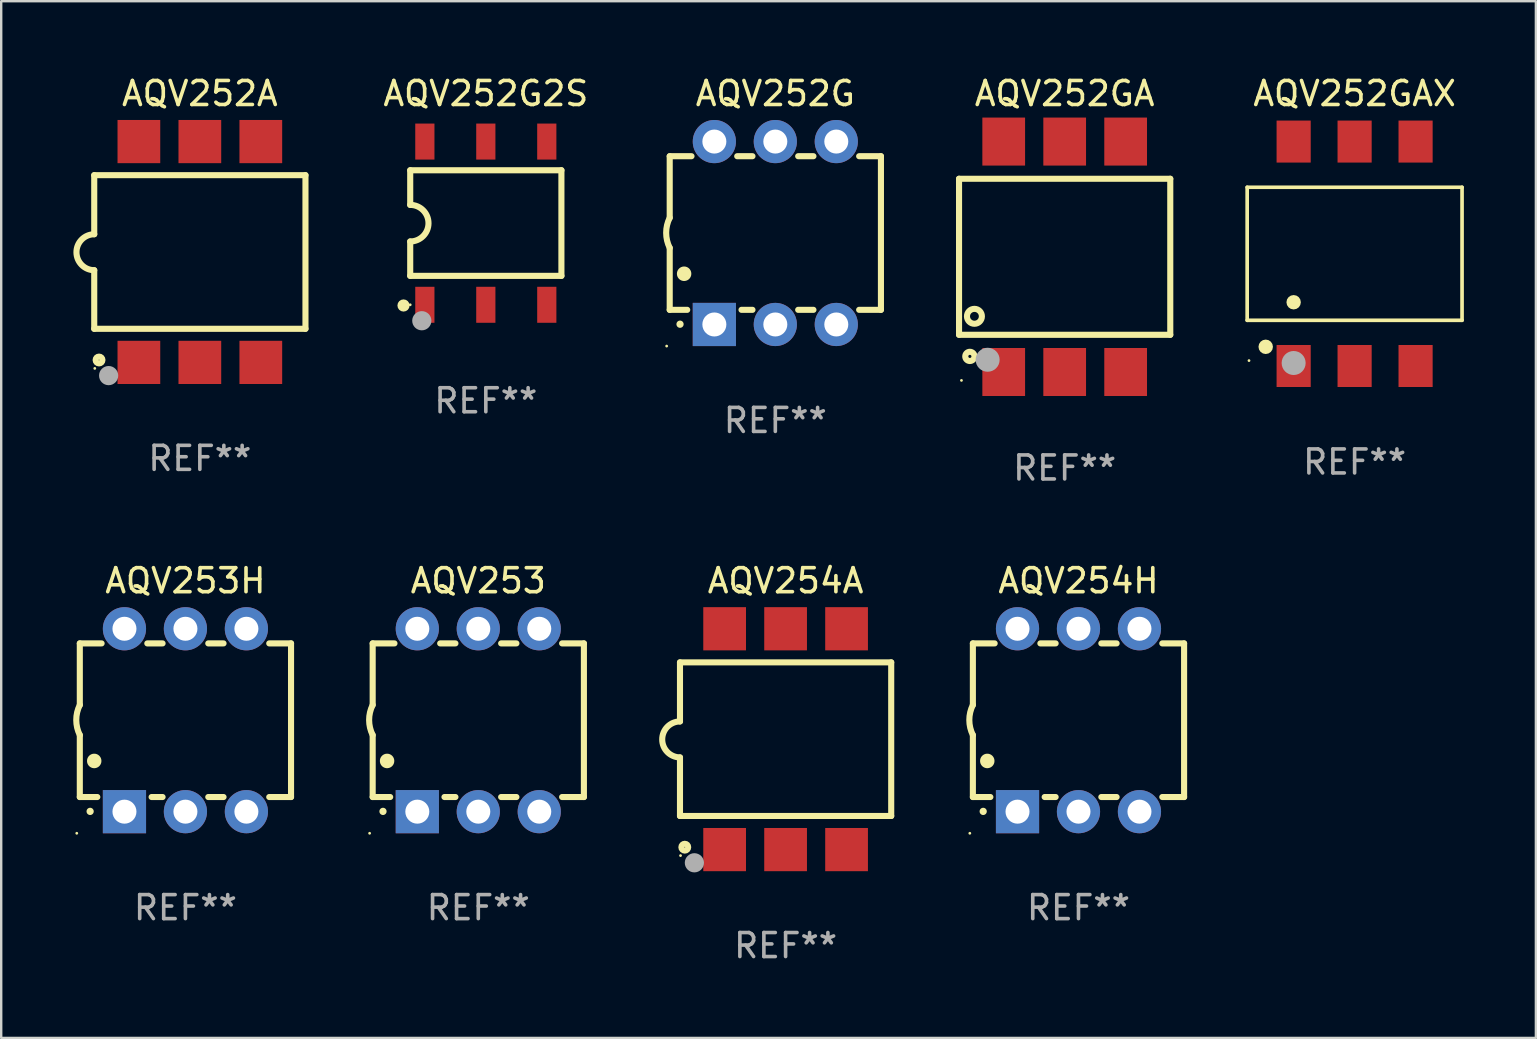
<source format=kicad_pcb>
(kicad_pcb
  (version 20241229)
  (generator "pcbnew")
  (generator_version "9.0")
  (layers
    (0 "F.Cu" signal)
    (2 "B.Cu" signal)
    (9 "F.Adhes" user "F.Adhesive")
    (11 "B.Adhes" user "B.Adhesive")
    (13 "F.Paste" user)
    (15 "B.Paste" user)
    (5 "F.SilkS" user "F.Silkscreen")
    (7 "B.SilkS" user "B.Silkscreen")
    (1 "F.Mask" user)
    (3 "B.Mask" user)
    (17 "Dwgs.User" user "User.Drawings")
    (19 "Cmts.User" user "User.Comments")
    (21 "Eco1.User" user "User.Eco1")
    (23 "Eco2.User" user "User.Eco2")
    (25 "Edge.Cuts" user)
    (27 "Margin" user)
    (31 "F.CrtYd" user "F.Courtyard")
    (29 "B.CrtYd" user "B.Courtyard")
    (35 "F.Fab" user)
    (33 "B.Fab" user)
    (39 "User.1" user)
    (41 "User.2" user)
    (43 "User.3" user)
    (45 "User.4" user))
  (footprint "AQV253H"
    (layer "F.Cu")
    (at 4.675 26.955)
    (property "Reference" "AQV253H" (at 0 -5.81 0) (layer "F.SilkS") (effects (font (size 1 1) (thickness 0.15))))
    (attr through_hole)
    (fp_line (start -4.4 -3.2) (end -4.4 -0.635) (stroke (width 0.254) (type solid)) (layer "F.SilkS"))
    (fp_line (start -4.4 -3.2) (end -3.492 -3.2) (stroke (width 0.254) (type solid)) (layer "F.SilkS"))
    (fp_line (start -4.4 3.2) (end -4.4 0.619) (stroke (width 0.254) (type solid)) (layer "F.SilkS"))
    (fp_line (start -3.671 3.2) (end -4.4 3.2) (stroke (width 0.254) (type solid)) (layer "F.SilkS"))
    (fp_line (start -1.588 -3.2) (end -0.952 -3.2) (stroke (width 0.254) (type solid)) (layer "F.SilkS"))
    (fp_line (start -0.952 3.2) (end -1.409 3.2) (stroke (width 0.254) (type solid)) (layer "F.SilkS"))
    (fp_line (start 0.952 -3.2) (end 1.588 -3.2) (stroke (width 0.254) (type solid)) (layer "F.SilkS"))
    (fp_line (start 1.588 3.2) (end 0.952 3.2) (stroke (width 0.254) (type solid)) (layer "F.SilkS"))
    (fp_line (start 3.492 -3.2) (end 4.4 -3.2) (stroke (width 0.254) (type solid)) (layer "F.SilkS"))
    (fp_line (start 4.4 -3.2) (end 4.4 3.2) (stroke (width 0.254) (type solid)) (layer "F.SilkS"))
    (fp_line (start 4.4 3.2) (end 3.492 3.2) (stroke (width 0.254) (type solid)) (layer "F.SilkS"))
    (fp_arc (start -4.399288 0.619762) (mid -4.547636 -0.007536) (end -4.4 -0.635001) (stroke (width 0.254001) (type solid)) (layer "F.SilkS"))
    (fp_arc (start -3.970028 3.799848) (mid -3.970033 3.798578) (end -3.970028 3.797308) (stroke (width 0.3) (type solid)) (layer "F.SilkS"))
    (fp_arc (start -3.799848 1.699263) (mid -3.799859 1.696723) (end -3.799848 1.694183) (stroke (width 0.6) (type solid)) (layer "F.SilkS"))
    (fp_circle (center -4.527 4.71) (end -4.497 4.71) (stroke (width 0.06) (type solid)) (fill no) (layer "F.SilkS"))
    (fp_text user "REF**" (at 0 7.81 0) (layer "F.Fab") (effects (font (size 1 1) (thickness 0.15))))
    (pad "1" thru_hole rect (at -2.54 3.81 180) (size 1.8 1.8) (drill 1) (layers "*.Cu" "*.Mask"))
    (pad "2" thru_hole circle (at 0 3.81) (size 1.8 1.8) (drill 1) (layers "*.Cu" "*.Mask"))
    (pad "3" thru_hole circle (at 2.54 3.81) (size 1.8 1.8) (drill 1) (layers "*.Cu" "*.Mask"))
    (pad "4" thru_hole circle (at 2.54 -3.81) (size 1.8 1.8) (drill 1) (layers "*.Cu" "*.Mask"))
    (pad "5" thru_hole circle (at 0 -3.81) (size 1.8 1.8) (drill 1) (layers "*.Cu" "*.Mask"))
    (pad "6" thru_hole circle (at -2.54 -3.81) (size 1.8 1.8) (drill 1) (layers "*.Cu" "*.Mask")))
  (footprint "AQV254H"
    (layer "F.Cu")
    (at 41.881 26.955)
    (property "Reference" "AQV254H" (at 0 -5.81 0) (layer "F.SilkS") (effects (font (size 1 1) (thickness 0.15))))
    (attr through_hole)
    (fp_line (start -4.4 -3.2) (end -4.4 -0.635) (stroke (width 0.254) (type solid)) (layer "F.SilkS"))
    (fp_line (start -4.4 -3.2) (end -3.492 -3.2) (stroke (width 0.254) (type solid)) (layer "F.SilkS"))
    (fp_line (start -4.4 3.2) (end -4.4 0.619) (stroke (width 0.254) (type solid)) (layer "F.SilkS"))
    (fp_line (start -3.671 3.2) (end -4.4 3.2) (stroke (width 0.254) (type solid)) (layer "F.SilkS"))
    (fp_line (start -1.588 -3.2) (end -0.952 -3.2) (stroke (width 0.254) (type solid)) (layer "F.SilkS"))
    (fp_line (start -0.952 3.2) (end -1.409 3.2) (stroke (width 0.254) (type solid)) (layer "F.SilkS"))
    (fp_line (start 0.952 -3.2) (end 1.588 -3.2) (stroke (width 0.254) (type solid)) (layer "F.SilkS"))
    (fp_line (start 1.588 3.2) (end 0.952 3.2) (stroke (width 0.254) (type solid)) (layer "F.SilkS"))
    (fp_line (start 3.492 -3.2) (end 4.4 -3.2) (stroke (width 0.254) (type solid)) (layer "F.SilkS"))
    (fp_line (start 4.4 -3.2) (end 4.4 3.2) (stroke (width 0.254) (type solid)) (layer "F.SilkS"))
    (fp_line (start 4.4 3.2) (end 3.492 3.2) (stroke (width 0.254) (type solid)) (layer "F.SilkS"))
    (fp_arc (start -4.399288 0.619762) (mid -4.547636 -0.007536) (end -4.4 -0.635001) (stroke (width 0.254001) (type solid)) (layer "F.SilkS"))
    (fp_arc (start -3.970028 3.799848) (mid -3.970033 3.798578) (end -3.970028 3.797308) (stroke (width 0.3) (type solid)) (layer "F.SilkS"))
    (fp_arc (start -3.799848 1.699263) (mid -3.799859 1.696723) (end -3.799848 1.694183) (stroke (width 0.6) (type solid)) (layer "F.SilkS"))
    (fp_circle (center -4.527 4.71) (end -4.497 4.71) (stroke (width 0.06) (type solid)) (fill no) (layer "F.SilkS"))
    (fp_text user "REF**" (at 0 7.81 0) (layer "F.Fab") (effects (font (size 1 1) (thickness 0.15))))
    (pad "1" thru_hole rect (at -2.54 3.81 180) (size 1.8 1.8) (drill 1) (layers "*.Cu" "*.Mask"))
    (pad "2" thru_hole circle (at 0 3.81) (size 1.8 1.8) (drill 1) (layers "*.Cu" "*.Mask"))
    (pad "3" thru_hole circle (at 2.54 3.81) (size 1.8 1.8) (drill 1) (layers "*.Cu" "*.Mask"))
    (pad "4" thru_hole circle (at 2.54 -3.81) (size 1.8 1.8) (drill 1) (layers "*.Cu" "*.Mask"))
    (pad "5" thru_hole circle (at 0 -3.81) (size 1.8 1.8) (drill 1) (layers "*.Cu" "*.Mask"))
    (pad "6" thru_hole circle (at -2.54 -3.81) (size 1.8 1.8) (drill 1) (layers "*.Cu" "*.Mask")))
  (footprint "AQV252GA"
    (layer "F.Cu")
    (at 41.305 7.648)
    (property "Reference" "AQV252GA" (at 0 -6.8 0) (layer "F.SilkS") (effects (font (size 1 1) (thickness 0.15))))
    (attr through_hole)
    (fp_line (start -4.4 -3.25) (end -4.4 3.25) (stroke (width 0.254) (type solid)) (layer "F.SilkS"))
    (fp_line (start -4.4 -3.25) (end 4.4 -3.25) (stroke (width 0.254) (type solid)) (layer "F.SilkS"))
    (fp_line (start 4.4 3.25) (end -4.4 3.25) (stroke (width 0.254) (type solid)) (layer "F.SilkS"))
    (fp_line (start 4.4 3.25) (end 4.4 -3.25) (stroke (width 0.254) (type solid)) (layer "F.SilkS"))
    (fp_circle (center -4.299 5.15) (end -4.269 5.15) (stroke (width 0.06) (type solid)) (fill no) (layer "F.SilkS"))
    (fp_circle (center -3.949 4.15) (end -3.757 4.15) (stroke (width 0.254) (type solid)) (fill no) (layer "F.SilkS"))
    (fp_circle (center -3.759 2.48) (end -3.448 2.48) (stroke (width 0.254) (type solid)) (fill no) (layer "F.SilkS"))
    (fp_circle (center -3.209 4.29) (end -2.959 4.29) (stroke (width 0.5) (type solid)) (fill no) (layer "F.Fab"))
    (fp_text user "REF**" (at 0 8.8 0) (layer "F.Fab") (effects (font (size 1 1) (thickness 0.15))))
    (pad "1" smd rect (at -2.539 4.8) (size 1.78 2) (layers "F.Cu" "F.Mask" "F.Paste"))
    (pad "2" smd rect (at 0.001 4.8) (size 1.78 2) (layers "F.Cu" "F.Mask" "F.Paste"))
    (pad "3" smd rect (at 2.541 4.8) (size 1.78 2) (layers "F.Cu" "F.Mask" "F.Paste"))
    (pad "4" smd rect (at 2.541 -4.8) (size 1.78 2) (layers "F.Cu" "F.Mask" "F.Paste"))
    (pad "5" smd rect (at 0.001 -4.8) (size 1.78 2) (layers "F.Cu" "F.Mask" "F.Paste"))
    (pad "6" smd rect (at -2.539 -4.8) (size 1.78 2) (layers "F.Cu" "F.Mask" "F.Paste")))
  (footprint "AQV254A"
    (layer "F.Cu")
    (at 29.679 27.745)
    (property "Reference" "AQV254A" (at 0 -6.6 0) (layer "F.SilkS") (effects (font (size 1 1) (thickness 0.15))))
    (attr through_hole)
    (fp_line (start -4.4 -3.2) (end 4.4 -3.2) (stroke (width 0.254) (type solid)) (layer "F.SilkS"))
    (fp_line (start -4.4 -0.74) (end -4.4 -3.2) (stroke (width 0.254) (type solid)) (layer "F.SilkS"))
    (fp_line (start -4.4 3.2) (end -4.4 0.76) (stroke (width 0.254) (type solid)) (layer "F.SilkS"))
    (fp_line (start 4.4 -3.2) (end 4.4 3.2) (stroke (width 0.254) (type solid)) (layer "F.SilkS"))
    (fp_line (start 4.4 3.2) (end -4.4 3.2) (stroke (width 0.254) (type solid)) (layer "F.SilkS"))
    (fp_arc (start -4.4 0.76002) (mid -5.148869 0.010084) (end -4.399289 -0.73914) (stroke (width 0.254001) (type solid)) (layer "F.SilkS"))
    (fp_circle (center -4.377 4.85) (end -4.347 4.85) (stroke (width 0.06) (type solid)) (fill no) (layer "F.SilkS"))
    (fp_circle (center -4.2 4.5) (end -4.058 4.5) (stroke (width 0.254) (type solid)) (fill no) (layer "F.SilkS"))
    (fp_circle (center -3.8 5.15) (end -3.6 5.15) (stroke (width 0.4) (type solid)) (fill no) (layer "F.Fab"))
    (fp_text user "REF**" (at 0 8.6 0) (layer "F.Fab") (effects (font (size 1 1) (thickness 0.15))))
    (pad "1" smd rect (at -2.54 4.6) (size 1.78 1.8) (layers "F.Cu" "F.Mask" "F.Paste"))
    (pad "2" smd rect (at 0 4.6) (size 1.78 1.8) (layers "F.Cu" "F.Mask" "F.Paste"))
    (pad "3" smd rect (at 2.54 4.6) (size 1.78 1.8) (layers "F.Cu" "F.Mask" "F.Paste"))
    (pad "4" smd rect (at 2.54 -4.6) (size 1.78 1.8) (layers "F.Cu" "F.Mask" "F.Paste"))
    (pad "5" smd rect (at 0 -4.6) (size 1.78 1.8) (layers "F.Cu" "F.Mask" "F.Paste"))
    (pad "6" smd rect (at -2.54 -4.6) (size 1.78 1.8) (layers "F.Cu" "F.Mask" "F.Paste")))
  (footprint "AQV252A"
    (layer "F.Cu")
    (at 5.276 7.448)
    (property "Reference" "AQV252A" (at 0 -6.6 0) (layer "F.SilkS") (effects (font (size 1 1) (thickness 0.15))))
    (attr through_hole)
    (fp_line (start -4.4 -3.2) (end 4.4 -3.2) (stroke (width 0.254) (type solid)) (layer "F.SilkS"))
    (fp_line (start -4.4 -0.74) (end -4.4 -3.2) (stroke (width 0.254) (type solid)) (layer "F.SilkS"))
    (fp_line (start -4.4 3.2) (end -4.4 0.76) (stroke (width 0.254) (type solid)) (layer "F.SilkS"))
    (fp_line (start 4.4 -3.2) (end 4.4 3.2) (stroke (width 0.254) (type solid)) (layer "F.SilkS"))
    (fp_line (start 4.4 3.2) (end -4.4 3.2) (stroke (width 0.254) (type solid)) (layer "F.SilkS"))
    (fp_arc (start -4.4 0.76002) (mid -5.148869 0.010084) (end -4.399289 -0.73914) (stroke (width 0.254001) (type solid)) (layer "F.SilkS"))
    (fp_circle (center -4.377 4.85) (end -4.347 4.85) (stroke (width 0.06) (type solid)) (fill no) (layer "F.SilkS"))
    (fp_circle (center -4.2 4.5) (end -4.058 4.5) (stroke (width 0.254) (type solid)) (fill no) (layer "F.SilkS"))
    (fp_circle (center -3.8 5.15) (end -3.6 5.15) (stroke (width 0.4) (type solid)) (fill no) (layer "F.Fab"))
    (fp_text user "REF**" (at 0 8.6 0) (layer "F.Fab") (effects (font (size 1 1) (thickness 0.15))))
    (pad "1" smd rect (at -2.54 4.6) (size 1.78 1.8) (layers "F.Cu" "F.Mask" "F.Paste"))
    (pad "2" smd rect (at 0 4.6) (size 1.78 1.8) (layers "F.Cu" "F.Mask" "F.Paste"))
    (pad "3" smd rect (at 2.54 4.6) (size 1.78 1.8) (layers "F.Cu" "F.Mask" "F.Paste"))
    (pad "4" smd rect (at 2.54 -4.6) (size 1.78 1.8) (layers "F.Cu" "F.Mask" "F.Paste"))
    (pad "5" smd rect (at 0 -4.6) (size 1.78 1.8) (layers "F.Cu" "F.Mask" "F.Paste"))
    (pad "6" smd rect (at -2.54 -4.6) (size 1.78 1.8) (layers "F.Cu" "F.Mask" "F.Paste")))
  (footprint "AQV252GAX"
    (layer "F.Cu")
    (at 53.385 7.523)
    (property "Reference" "AQV252GAX" (at 0 -6.675 0) (layer "F.SilkS") (effects (font (size 1 1) (thickness 0.15))))
    (attr through_hole)
    (fp_line (start -4.476 -2.771) (end 4.476 -2.771) (stroke (width 0.152) (type solid)) (layer "F.SilkS"))
    (fp_line (start -4.476 2.771) (end -4.476 -2.771) (stroke (width 0.152) (type solid)) (layer "F.SilkS"))
    (fp_line (start 4.476 -2.771) (end 4.476 2.771) (stroke (width 0.152) (type solid)) (layer "F.SilkS"))
    (fp_line (start 4.476 2.771) (end -4.476 2.771) (stroke (width 0.152) (type solid)) (layer "F.SilkS"))
    (fp_circle (center -4.4 4.45) (end -4.37 4.45) (stroke (width 0.06) (type solid)) (fill no) (layer "F.SilkS"))
    (fp_circle (center -3.704 3.875) (end -3.553 3.875) (stroke (width 0.3) (type solid)) (fill no) (layer "F.SilkS"))
    (fp_circle (center -2.54 2.019) (end -2.39 2.019) (stroke (width 0.3) (type solid)) (fill no) (layer "F.SilkS"))
    (fp_circle (center -2.54 4.55) (end -2.29 4.55) (stroke (width 0.5) (type solid)) (fill no) (layer "F.Fab"))
    (fp_text user "REF**" (at 0 8.675 0) (layer "F.Fab") (effects (font (size 1 1) (thickness 0.15))))
    (pad "1" smd rect (at -2.54 4.675) (size 1.422 1.75) (layers "F.Cu" "F.Mask" "F.Paste"))
    (pad "2" smd rect (at 0 4.675) (size 1.422 1.75) (layers "F.Cu" "F.Mask" "F.Paste"))
    (pad "3" smd rect (at 2.54 4.675) (size 1.422 1.75) (layers "F.Cu" "F.Mask" "F.Paste"))
    (pad "4" smd rect (at 2.54 -4.675) (size 1.422 1.75) (layers "F.Cu" "F.Mask" "F.Paste"))
    (pad "5" smd rect (at 0 -4.675) (size 1.422 1.75) (layers "F.Cu" "F.Mask" "F.Paste"))
    (pad "6" smd rect (at -2.54 -4.675) (size 1.422 1.75) (layers "F.Cu" "F.Mask" "F.Paste")))
  (footprint "AQV252G2S"
    (layer "F.Cu")
    (at 17.19 6.248)
    (property "Reference" "AQV252G2S" (at 0 -5.4 0) (layer "F.SilkS") (effects (font (size 1 1) (thickness 0.15))))
    (attr through_hole)
    (fp_line (start -3.15 -2.205) (end -3.15 -0.762) (stroke (width 0.254) (type solid)) (layer "F.SilkS"))
    (fp_line (start -3.15 -2.205) (end 3.15 -2.205) (stroke (width 0.254) (type solid)) (layer "F.SilkS"))
    (fp_line (start -3.15 2.195) (end -3.15 0.762) (stroke (width 0.254) (type solid)) (layer "F.SilkS"))
    (fp_line (start -3.15 2.195) (end 3.15 2.195) (stroke (width 0.254) (type solid)) (layer "F.SilkS"))
    (fp_line (start 3.149 -2.205) (end 3.149 2.195) (stroke (width 0.254) (type solid)) (layer "F.SilkS"))
    (fp_arc (start -3.150623 -0.761874) (mid -2.388672 -0.000241) (end -3.150013 0.762002) (stroke (width 0.254001) (type solid)) (layer "F.SilkS"))
    (fp_circle (center -3.429 3.429) (end -3.302 3.429) (stroke (width 0.254) (type solid)) (fill no) (layer "F.SilkS"))
    (fp_circle (center -3.15 3.4) (end -3.12 3.4) (stroke (width 0.06) (type solid)) (fill no) (layer "F.SilkS"))
    (fp_circle (center -2.667 4.064) (end -2.467 4.064) (stroke (width 0.4) (type solid)) (fill no) (layer "F.Fab"))
    (fp_text user "REF**" (at 0 7.4 0) (layer "F.Fab") (effects (font (size 1 1) (thickness 0.15))))
    (pad "1" smd rect (at -2.54 3.4) (size 0.8 1.5) (layers "F.Cu" "F.Mask" "F.Paste"))
    (pad "2" smd rect (at 0 3.4) (size 0.8 1.5) (layers "F.Cu" "F.Mask" "F.Paste"))
    (pad "3" smd rect (at 2.54 3.4) (size 0.8 1.5) (layers "F.Cu" "F.Mask" "F.Paste"))
    (pad "4" smd rect (at 2.54 -3.4) (size 0.8 1.5) (layers "F.Cu" "F.Mask" "F.Paste"))
    (pad "5" smd rect (at 0 -3.4) (size 0.8 1.5) (layers "F.Cu" "F.Mask" "F.Paste"))
    (pad "6" smd rect (at -2.54 -3.4) (size 0.8 1.5) (layers "F.Cu" "F.Mask" "F.Paste")))
  (footprint "AQV252G"
    (layer "F.Cu")
    (at 29.251 6.658)
    (property "Reference" "AQV252G" (at 0 -5.81 0) (layer "F.SilkS") (effects (font (size 1 1) (thickness 0.15))))
    (attr through_hole)
    (fp_line (start -4.4 -3.2) (end -4.4 -0.635) (stroke (width 0.254) (type solid)) (layer "F.SilkS"))
    (fp_line (start -4.4 -3.2) (end -3.492 -3.2) (stroke (width 0.254) (type solid)) (layer "F.SilkS"))
    (fp_line (start -4.4 3.2) (end -4.4 0.619) (stroke (width 0.254) (type solid)) (layer "F.SilkS"))
    (fp_line (start -3.671 3.2) (end -4.4 3.2) (stroke (width 0.254) (type solid)) (layer "F.SilkS"))
    (fp_line (start -1.588 -3.2) (end -0.952 -3.2) (stroke (width 0.254) (type solid)) (layer "F.SilkS"))
    (fp_line (start -0.952 3.2) (end -1.409 3.2) (stroke (width 0.254) (type solid)) (layer "F.SilkS"))
    (fp_line (start 0.952 -3.2) (end 1.588 -3.2) (stroke (width 0.254) (type solid)) (layer "F.SilkS"))
    (fp_line (start 1.588 3.2) (end 0.952 3.2) (stroke (width 0.254) (type solid)) (layer "F.SilkS"))
    (fp_line (start 3.492 -3.2) (end 4.4 -3.2) (stroke (width 0.254) (type solid)) (layer "F.SilkS"))
    (fp_line (start 4.4 -3.2) (end 4.4 3.2) (stroke (width 0.254) (type solid)) (layer "F.SilkS"))
    (fp_line (start 4.4 3.2) (end 3.492 3.2) (stroke (width 0.254) (type solid)) (layer "F.SilkS"))
    (fp_arc (start -4.399288 0.619762) (mid -4.547636 -0.007536) (end -4.4 -0.635001) (stroke (width 0.254001) (type solid)) (layer "F.SilkS"))
    (fp_arc (start -3.970028 3.799848) (mid -3.970033 3.798578) (end -3.970028 3.797308) (stroke (width 0.3) (type solid)) (layer "F.SilkS"))
    (fp_arc (start -3.799848 1.699263) (mid -3.799859 1.696723) (end -3.799848 1.694183) (stroke (width 0.6) (type solid)) (layer "F.SilkS"))
    (fp_circle (center -4.527 4.71) (end -4.497 4.71) (stroke (width 0.06) (type solid)) (fill no) (layer "F.SilkS"))
    (fp_text user "REF**" (at 0 7.81 0) (layer "F.Fab") (effects (font (size 1 1) (thickness 0.15))))
    (pad "1" thru_hole rect (at -2.54 3.81 180) (size 1.8 1.8) (drill 1) (layers "*.Cu" "*.Mask"))
    (pad "2" thru_hole circle (at 0 3.81) (size 1.8 1.8) (drill 1) (layers "*.Cu" "*.Mask"))
    (pad "3" thru_hole circle (at 2.54 3.81) (size 1.8 1.8) (drill 1) (layers "*.Cu" "*.Mask"))
    (pad "4" thru_hole circle (at 2.54 -3.81) (size 1.8 1.8) (drill 1) (layers "*.Cu" "*.Mask"))
    (pad "5" thru_hole circle (at 0 -3.81) (size 1.8 1.8) (drill 1) (layers "*.Cu" "*.Mask"))
    (pad "6" thru_hole circle (at -2.54 -3.81) (size 1.8 1.8) (drill 1) (layers "*.Cu" "*.Mask")))
  (footprint "AQV253"
    (layer "F.Cu")
    (at 16.876 26.955)
    (property "Reference" "AQV253" (at 0 -5.81 0) (layer "F.SilkS") (effects (font (size 1 1) (thickness 0.15))))
    (attr through_hole)
    (fp_line (start -4.4 -3.2) (end -4.4 -0.635) (stroke (width 0.254) (type solid)) (layer "F.SilkS"))
    (fp_line (start -4.4 -3.2) (end -3.492 -3.2) (stroke (width 0.254) (type solid)) (layer "F.SilkS"))
    (fp_line (start -4.4 3.2) (end -4.4 0.619) (stroke (width 0.254) (type solid)) (layer "F.SilkS"))
    (fp_line (start -3.671 3.2) (end -4.4 3.2) (stroke (width 0.254) (type solid)) (layer "F.SilkS"))
    (fp_line (start -1.588 -3.2) (end -0.952 -3.2) (stroke (width 0.254) (type solid)) (layer "F.SilkS"))
    (fp_line (start -0.952 3.2) (end -1.409 3.2) (stroke (width 0.254) (type solid)) (layer "F.SilkS"))
    (fp_line (start 0.952 -3.2) (end 1.588 -3.2) (stroke (width 0.254) (type solid)) (layer "F.SilkS"))
    (fp_line (start 1.588 3.2) (end 0.952 3.2) (stroke (width 0.254) (type solid)) (layer "F.SilkS"))
    (fp_line (start 3.492 -3.2) (end 4.4 -3.2) (stroke (width 0.254) (type solid)) (layer "F.SilkS"))
    (fp_line (start 4.4 -3.2) (end 4.4 3.2) (stroke (width 0.254) (type solid)) (layer "F.SilkS"))
    (fp_line (start 4.4 3.2) (end 3.492 3.2) (stroke (width 0.254) (type solid)) (layer "F.SilkS"))
    (fp_arc (start -4.399288 0.619762) (mid -4.547636 -0.007536) (end -4.4 -0.635001) (stroke (width 0.254001) (type solid)) (layer "F.SilkS"))
    (fp_arc (start -3.970028 3.799848) (mid -3.970033 3.798578) (end -3.970028 3.797308) (stroke (width 0.3) (type solid)) (layer "F.SilkS"))
    (fp_arc (start -3.799848 1.699263) (mid -3.799859 1.696723) (end -3.799848 1.694183) (stroke (width 0.6) (type solid)) (layer "F.SilkS"))
    (fp_circle (center -4.527 4.71) (end -4.497 4.71) (stroke (width 0.06) (type solid)) (fill no) (layer "F.SilkS"))
    (fp_text user "REF**" (at 0 7.81 0) (layer "F.Fab") (effects (font (size 1 1) (thickness 0.15))))
    (pad "1" thru_hole rect (at -2.54 3.81 180) (size 1.8 1.8) (drill 1) (layers "*.Cu" "*.Mask"))
    (pad "2" thru_hole circle (at 0 3.81) (size 1.8 1.8) (drill 1) (layers "*.Cu" "*.Mask"))
    (pad "3" thru_hole circle (at 2.54 3.81) (size 1.8 1.8) (drill 1) (layers "*.Cu" "*.Mask"))
    (pad "4" thru_hole circle (at 2.54 -3.81) (size 1.8 1.8) (drill 1) (layers "*.Cu" "*.Mask"))
    (pad "5" thru_hole circle (at 0 -3.81) (size 1.8 1.8) (drill 1) (layers "*.Cu" "*.Mask"))
    (pad "6" thru_hole circle (at -2.54 -3.81) (size 1.8 1.8) (drill 1) (layers "*.Cu" "*.Mask")))
  (gr_rect
    (start -3 -3)
    (end 60.937 40.193)
    (stroke (width 0.1) (type default))
    (fill no)
    (layer "Edge.Cuts")))
</source>
